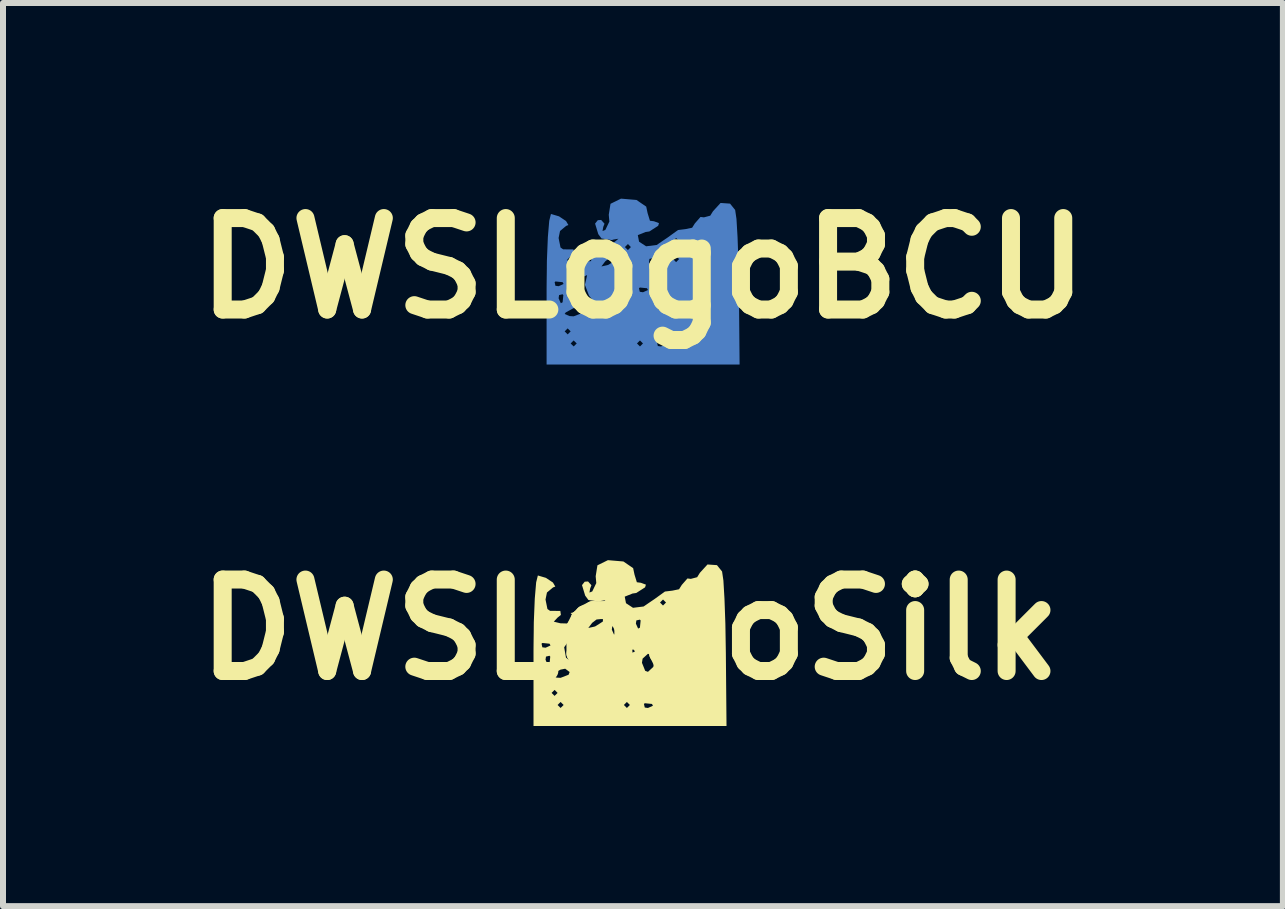
<source format=kicad_pcb>
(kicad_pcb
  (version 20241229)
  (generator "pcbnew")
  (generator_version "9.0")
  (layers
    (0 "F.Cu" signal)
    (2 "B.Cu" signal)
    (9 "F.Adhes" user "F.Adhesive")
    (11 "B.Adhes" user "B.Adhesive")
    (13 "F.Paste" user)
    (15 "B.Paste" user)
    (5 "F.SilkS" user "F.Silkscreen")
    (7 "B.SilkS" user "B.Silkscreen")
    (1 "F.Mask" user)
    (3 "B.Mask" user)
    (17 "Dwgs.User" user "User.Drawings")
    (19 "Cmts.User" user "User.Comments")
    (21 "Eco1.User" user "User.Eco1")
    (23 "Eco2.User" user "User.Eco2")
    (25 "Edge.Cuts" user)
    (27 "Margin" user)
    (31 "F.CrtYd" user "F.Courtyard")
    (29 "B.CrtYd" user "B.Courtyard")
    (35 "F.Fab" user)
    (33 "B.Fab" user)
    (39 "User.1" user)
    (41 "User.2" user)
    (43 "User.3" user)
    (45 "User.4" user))
  (footprint "DWSLogoBCU"
    (layer "F.Cu")
    (at 7.664 1.418)
    (property "Reference" "DWSLogoBCU" (at 0 0 0) (layer "F.SilkS") (effects (font (size 1.524 1.524) (thickness 0.3))))
    (attr board_only exclude_from_pos_files exclude_from_bom)
    (fp_poly (pts (xy -0.108 -1.136) (xy 0.054 -1.025) (xy 0.077 -0.917) (xy 0.116 -0.79) (xy 0.183 -0.781) (xy 0.267 -0.75) (xy 0.253 -0.705) (xy 0.106 -0.611) (xy 0.044 -0.602) (xy -0.086 -0.55) (xy -0.065 -0.441) (xy 0.052 -0.364) (xy 0.229 -0.386) (xy 0.325 -0.452) (xy 0.502 -0.452) (xy 0.552 -0.402) (xy 0.602 -0.452) (xy 0.552 -0.502) (xy 0.502 -0.452) (xy 0.325 -0.452) (xy 0.408 -0.508) (xy 0.584 -0.635) (xy 0.707 -0.65) (xy 0.819 -0.673) (xy 0.865 -0.746) (xy 0.959 -0.853) (xy 1.015 -0.846) (xy 1.121 -0.874) (xy 1.166 -0.947) (xy 1.293 -1.086) (xy 1.451 -1.075) (xy 1.536 -0.969) (xy 1.558 -0.82) (xy 1.576 -0.515) (xy 1.591 -0.098) (xy 1.599 0.387) (xy 1.61 1.606) (xy -1.606 1.606) (xy -1.606 1.255) (xy -1.205 1.255) (xy -1.155 1.305) (xy -1.104 1.255) (xy -0.1 1.255) (xy -0.05 1.305) (xy 0 1.255) (xy -0.017 1.238) (xy 0.234 1.238) (xy 0.248 1.298) (xy 0.301 1.305) (xy 0.384 1.268) (xy 0.368 1.238) (xy 0.249 1.226) (xy 0.234 1.238) (xy -0.017 1.238) (xy -0.05 1.205) (xy -0.1 1.255) (xy -1.104 1.255) (xy -1.155 1.205) (xy -1.205 1.255) (xy -1.606 1.255) (xy -1.606 1.054) (xy -1.305 1.054) (xy -1.255 1.104) (xy -1.205 1.054) (xy -1.255 1.004) (xy -1.305 1.054) (xy -1.606 1.054) (xy -1.606 0.764) (xy -1.305 0.764) (xy -1.223 0.799) (xy -1.155 0.803) (xy -1.021 0.751) (xy -1.004 0.706) (xy -1.078 0.651) (xy -1.155 0.666) (xy -1.287 0.738) (xy -1.305 0.764) (xy -1.606 0.764) (xy -1.606 0.502) (xy -1.406 0.502) (xy -1.369 0.585) (xy -1.339 0.569) (xy -1.327 0.45) (xy -1.339 0.435) (xy -1.398 0.449) (xy -1.406 0.502) (xy -1.606 0.502) (xy -1.606 0.351) (xy -1.605 0.234) (xy -1.472 0.234) (xy -1.459 0.294) (xy -1.406 0.301) (xy -1.389 0.294) (xy -1.095 0.294) (xy -1.065 0.466) (xy -0.979 0.536) (xy -0.828 0.587) (xy -0.835 0.552) (xy 0.201 0.552) (xy 0.255 0.686) (xy 0.301 0.703) (xy 0.39 0.621) (xy 0.402 0.552) (xy 0.347 0.419) (xy 0.301 0.402) (xy 0.212 0.483) (xy 0.201 0.552) (xy -0.835 0.552) (xy -0.838 0.534) (xy -0.9 0.456) (xy -0.946 0.335) (xy -0.067 0.335) (xy -0.053 0.394) (xy 0 0.402) (xy 0.083 0.365) (xy 0.067 0.335) (xy -0.052 0.323) (xy -0.067 0.335) (xy -0.946 0.335) (xy -0.968 0.278) (xy -0.947 0.19) (xy -0.931 0.116) (xy -0.988 0.141) (xy -1.095 0.294) (xy -1.389 0.294) (xy -1.323 0.264) (xy -1.339 0.234) (xy -1.458 0.222) (xy -1.472 0.234) (xy -1.605 0.234) (xy -1.602 0) (xy -0.301 0) (xy -0.264 0.083) (xy -0.234 0.067) (xy -0.222 -0.052) (xy -0.234 -0.067) (xy -0.294 -0.053) (xy -0.301 0) (xy -1.602 0) (xy -1.602 -0.028) (xy -0.693 -0.028) (xy -0.592 -0.05) (xy -0.573 -0.057) (xy -0.505 -0.1) (xy 0.1 -0.1) (xy 0.137 -0.018) (xy 0.167 -0.033) (xy 0.179 -0.151) (xy 0.502 -0.151) (xy 0.552 -0.1) (xy 0.602 -0.151) (xy 0.552 -0.201) (xy 0.502 -0.151) (xy 0.179 -0.151) (xy 0.179 -0.153) (xy 0.167 -0.167) (xy 0.108 -0.154) (xy 0.1 -0.1) (xy -0.505 -0.1) (xy -0.45 -0.136) (xy -0.449 -0.181) (xy -0.555 -0.17) (xy -0.629 -0.113) (xy -0.693 -0.028) (xy -1.602 -0.028) (xy -1.601 -0.124) (xy -1.585 -0.516) (xy -1.562 -0.788) (xy -1.534 -0.901) (xy -1.531 -0.902) (xy -1.399 -0.863) (xy -1.282 -0.785) (xy -1.243 -0.718) (xy -1.28 -0.704) (xy -1.382 -0.619) (xy -1.406 -0.502) (xy -1.374 -0.344) (xy -1.33 -0.313) (xy -1.159 -0.312) (xy -1.15 -0.245) (xy -1.205 -0.201) (xy -1.268 -0.133) (xy -1.158 -0.106) (xy -1.054 -0.103) (xy -0.865 -0.117) (xy -0.857 -0.166) (xy -0.904 -0.201) (xy -0.96 -0.251) (xy 0.904 -0.251) (xy 0.954 -0.201) (xy 1.004 -0.251) (xy 0.954 -0.301) (xy 0.904 -0.251) (xy -0.96 -0.251) (xy -0.989 -0.277) (xy -0.891 -0.3) (xy -0.853 -0.301) (xy -0.632 -0.351) (xy -0.301 -0.351) (xy -0.251 -0.301) (xy -0.201 -0.351) (xy -0.251 -0.402) (xy -0.301 -0.351) (xy -0.632 -0.351) (xy -0.606 -0.357) (xy -0.502 -0.413) (xy -0.408 -0.49) (xy -0.489 -0.477) (xy -0.519 -0.468) (xy -0.691 -0.494) (xy -0.745 -0.567) (xy -0.798 -0.742) (xy -0.753 -0.799) (xy -0.697 -0.803) (xy -0.641 -0.74) (xy -0.662 -0.687) (xy -0.674 -0.618) (xy -0.627 -0.637) (xy -0.56 -0.776) (xy -0.57 -0.89) (xy -0.541 -1.072) (xy -0.366 -1.158)) (stroke (width 0) (type solid)) (fill yes) (layer "B.Cu")))
  (footprint "DWSLogoSilk"
    (layer "F.Cu")
    (at 7.446 7.442)
    (property "Reference" "DWSLogoSilk" (at 0 0 0) (layer "F.SilkS") (effects (font (size 1.524 1.524) (thickness 0.3))))
    (attr board_only exclude_from_pos_files exclude_from_bom)
    (fp_poly (pts (xy -0.108 -1.136) (xy 0.054 -1.025) (xy 0.077 -0.917) (xy 0.116 -0.79) (xy 0.183 -0.781) (xy 0.267 -0.75) (xy 0.253 -0.705) (xy 0.106 -0.611) (xy 0.044 -0.602) (xy -0.086 -0.55) (xy -0.065 -0.441) (xy 0.052 -0.364) (xy 0.229 -0.386) (xy 0.325 -0.452) (xy 0.502 -0.452) (xy 0.552 -0.402) (xy 0.602 -0.452) (xy 0.552 -0.502) (xy 0.502 -0.452) (xy 0.325 -0.452) (xy 0.408 -0.508) (xy 0.584 -0.635) (xy 0.707 -0.65) (xy 0.819 -0.673) (xy 0.865 -0.746) (xy 0.959 -0.853) (xy 1.015 -0.846) (xy 1.121 -0.874) (xy 1.166 -0.947) (xy 1.293 -1.086) (xy 1.451 -1.075) (xy 1.536 -0.969) (xy 1.558 -0.82) (xy 1.576 -0.515) (xy 1.591 -0.098) (xy 1.599 0.387) (xy 1.61 1.606) (xy -1.606 1.606) (xy -1.606 1.255) (xy -1.205 1.255) (xy -1.155 1.305) (xy -1.104 1.255) (xy -0.1 1.255) (xy -0.05 1.305) (xy 0 1.255) (xy -0.017 1.238) (xy 0.234 1.238) (xy 0.248 1.298) (xy 0.301 1.305) (xy 0.384 1.268) (xy 0.368 1.238) (xy 0.249 1.226) (xy 0.234 1.238) (xy -0.017 1.238) (xy -0.05 1.205) (xy -0.1 1.255) (xy -1.104 1.255) (xy -1.155 1.205) (xy -1.205 1.255) (xy -1.606 1.255) (xy -1.606 1.054) (xy -1.305 1.054) (xy -1.255 1.104) (xy -1.205 1.054) (xy -1.255 1.004) (xy -1.305 1.054) (xy -1.606 1.054) (xy -1.606 0.764) (xy -1.305 0.764) (xy -1.223 0.799) (xy -1.155 0.803) (xy -1.021 0.751) (xy -1.004 0.706) (xy -1.078 0.651) (xy -1.155 0.666) (xy -1.287 0.738) (xy -1.305 0.764) (xy -1.606 0.764) (xy -1.606 0.502) (xy -1.406 0.502) (xy -1.369 0.585) (xy -1.339 0.569) (xy -1.327 0.45) (xy -1.339 0.435) (xy -1.398 0.449) (xy -1.406 0.502) (xy -1.606 0.502) (xy -1.606 0.351) (xy -1.605 0.234) (xy -1.472 0.234) (xy -1.459 0.294) (xy -1.406 0.301) (xy -1.389 0.294) (xy -1.095 0.294) (xy -1.065 0.466) (xy -0.979 0.536) (xy -0.828 0.587) (xy -0.835 0.552) (xy 0.201 0.552) (xy 0.255 0.686) (xy 0.301 0.703) (xy 0.39 0.621) (xy 0.402 0.552) (xy 0.347 0.419) (xy 0.301 0.402) (xy 0.212 0.483) (xy 0.201 0.552) (xy -0.835 0.552) (xy -0.838 0.534) (xy -0.9 0.456) (xy -0.946 0.335) (xy -0.067 0.335) (xy -0.053 0.394) (xy 0 0.402) (xy 0.083 0.365) (xy 0.067 0.335) (xy -0.052 0.323) (xy -0.067 0.335) (xy -0.946 0.335) (xy -0.968 0.278) (xy -0.947 0.19) (xy -0.931 0.116) (xy -0.988 0.141) (xy -1.095 0.294) (xy -1.389 0.294) (xy -1.323 0.264) (xy -1.339 0.234) (xy -1.458 0.222) (xy -1.472 0.234) (xy -1.605 0.234) (xy -1.602 0) (xy -0.301 0) (xy -0.264 0.083) (xy -0.234 0.067) (xy -0.222 -0.052) (xy -0.234 -0.067) (xy -0.294 -0.053) (xy -0.301 0) (xy -1.602 0) (xy -1.602 -0.028) (xy -0.693 -0.028) (xy -0.592 -0.05) (xy -0.573 -0.057) (xy -0.505 -0.1) (xy 0.1 -0.1) (xy 0.137 -0.018) (xy 0.167 -0.033) (xy 0.179 -0.151) (xy 0.502 -0.151) (xy 0.552 -0.1) (xy 0.602 -0.151) (xy 0.552 -0.201) (xy 0.502 -0.151) (xy 0.179 -0.151) (xy 0.179 -0.153) (xy 0.167 -0.167) (xy 0.108 -0.154) (xy 0.1 -0.1) (xy -0.505 -0.1) (xy -0.45 -0.136) (xy -0.449 -0.181) (xy -0.555 -0.17) (xy -0.629 -0.113) (xy -0.693 -0.028) (xy -1.602 -0.028) (xy -1.601 -0.124) (xy -1.585 -0.516) (xy -1.562 -0.788) (xy -1.534 -0.901) (xy -1.531 -0.902) (xy -1.399 -0.863) (xy -1.282 -0.785) (xy -1.243 -0.718) (xy -1.28 -0.704) (xy -1.382 -0.619) (xy -1.406 -0.502) (xy -1.374 -0.344) (xy -1.33 -0.313) (xy -1.159 -0.312) (xy -1.15 -0.245) (xy -1.205 -0.201) (xy -1.268 -0.133) (xy -1.158 -0.106) (xy -1.054 -0.103) (xy -0.865 -0.117) (xy -0.857 -0.166) (xy -0.904 -0.201) (xy -0.96 -0.251) (xy 0.904 -0.251) (xy 0.954 -0.201) (xy 1.004 -0.251) (xy 0.954 -0.301) (xy 0.904 -0.251) (xy -0.96 -0.251) (xy -0.989 -0.277) (xy -0.891 -0.3) (xy -0.853 -0.301) (xy -0.632 -0.351) (xy -0.301 -0.351) (xy -0.251 -0.301) (xy -0.201 -0.351) (xy -0.251 -0.402) (xy -0.301 -0.351) (xy -0.632 -0.351) (xy -0.606 -0.357) (xy -0.502 -0.413) (xy -0.408 -0.49) (xy -0.489 -0.477) (xy -0.519 -0.468) (xy -0.691 -0.494) (xy -0.745 -0.567) (xy -0.798 -0.742) (xy -0.753 -0.799) (xy -0.697 -0.803) (xy -0.641 -0.74) (xy -0.662 -0.687) (xy -0.674 -0.618) (xy -0.627 -0.637) (xy -0.56 -0.776) (xy -0.57 -0.89) (xy -0.541 -1.072) (xy -0.366 -1.158)) (stroke (width 0) (type solid)) (fill yes) (layer "F.SilkS")))
  (gr_rect
    (start -3 -3)
    (end 18.327 12.049)
    (stroke (width 0.1) (type default))
    (fill no)
    (layer "Edge.Cuts")))
</source>
